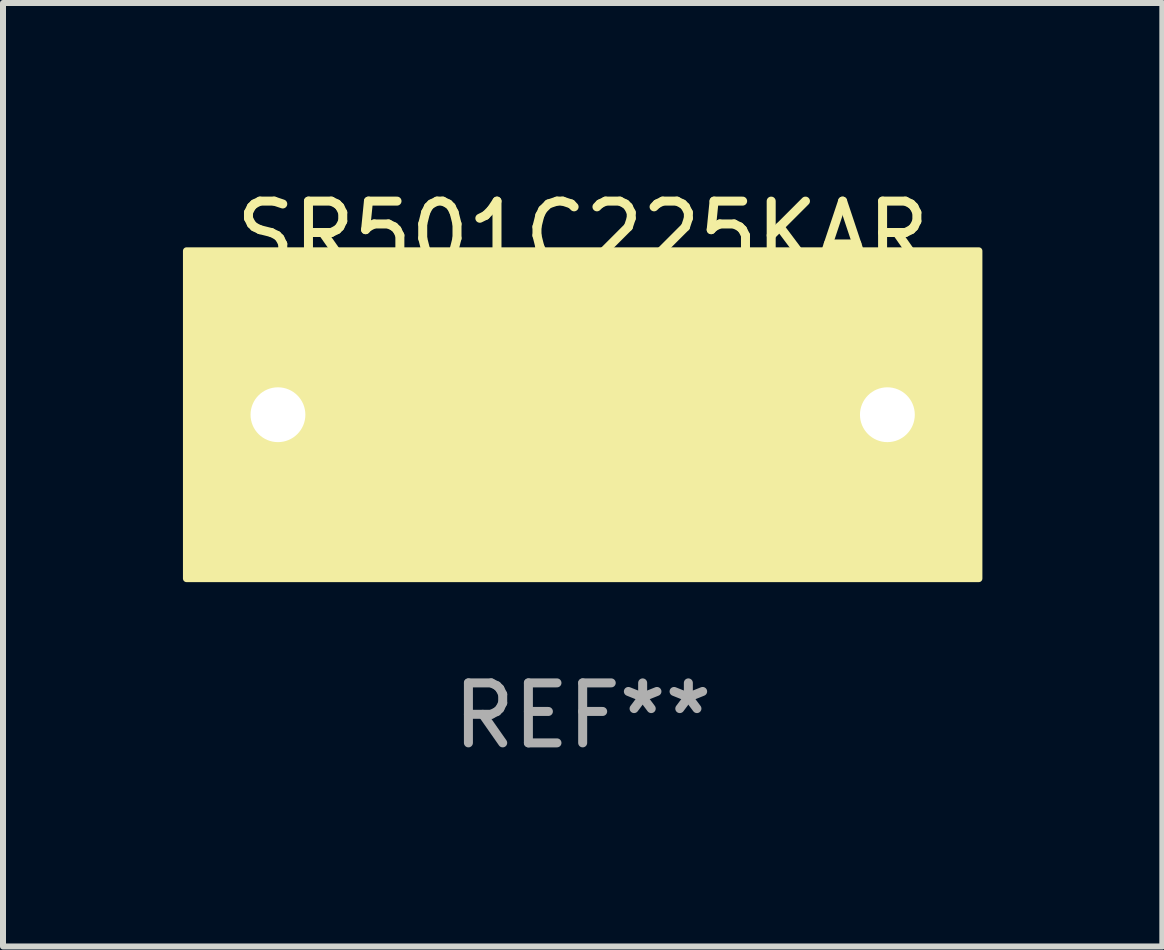
<source format=kicad_pcb>
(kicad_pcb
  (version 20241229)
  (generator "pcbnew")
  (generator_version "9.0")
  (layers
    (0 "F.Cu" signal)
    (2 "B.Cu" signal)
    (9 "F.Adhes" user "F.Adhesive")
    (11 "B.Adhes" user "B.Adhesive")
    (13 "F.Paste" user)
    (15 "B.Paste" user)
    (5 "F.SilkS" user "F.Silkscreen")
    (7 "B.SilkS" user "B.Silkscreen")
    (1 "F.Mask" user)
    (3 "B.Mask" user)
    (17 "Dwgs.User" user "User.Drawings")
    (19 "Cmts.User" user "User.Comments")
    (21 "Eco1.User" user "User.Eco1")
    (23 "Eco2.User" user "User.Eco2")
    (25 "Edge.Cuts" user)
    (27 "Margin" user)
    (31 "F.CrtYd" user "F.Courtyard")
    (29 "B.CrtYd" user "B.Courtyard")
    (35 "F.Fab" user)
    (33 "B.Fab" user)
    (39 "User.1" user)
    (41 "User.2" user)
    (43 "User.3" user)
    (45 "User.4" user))
  (footprint "SR501C225KAR"
    (layer "F.Cu")
    (at 6.664 3.864)
    (property "Reference" "SR501C225KAR" (at 0 -3.016 0) (layer "F.SilkS") (effects (font (size 1 1) (thickness 0.15))))
    (attr through_hole)
    (fp_line (start -0.762 0.000025) (end -2.159 0.000025) (stroke (width 0.254) (type solid)) (layer "F.SilkS"))
    (fp_line (start -0.762 1.016) (end -0.762 -1.016) (stroke (width 0.254) (type solid)) (layer "F.SilkS"))
    (fp_line (start 0.762 -1.016) (end 0.762 1.016) (stroke (width 0.254) (type solid)) (layer "F.SilkS"))
    (fp_line (start 0.762 -0.000025) (end 2.159 -0.000025) (stroke (width 0.254) (type solid)) (layer "F.SilkS"))
    (fp_circle (center -6.35 2.54) (end -6.32 2.54) (stroke (width 0.06) (type solid)) (fill no) (layer "F.SilkS"))
    (fp_poly (pts (xy -6.604 -2.731) (xy 6.604 -2.731) (xy 6.604 2.731) (xy -6.604 2.731)) (stroke (width 0.12) (type solid)) (fill yes) (layer "F.SilkS"))
    (fp_text user "REF**" (at 0 5.016 0) (layer "F.Fab") (effects (font (size 1 1) (thickness 0.15))))
    (pad "1" thru_hole circle (at -5.08 0) (size 1.524 1.524) (drill 0.914) (layers "*.Cu" "*.Mask"))
    (pad "2" thru_hole circle (at 5.08 0) (size 1.524 1.524) (drill 0.914) (layers "*.Cu" "*.Mask")))
  (gr_rect
    (start -3 -3)
    (end 16.328 12.729)
    (stroke (width 0.1) (type default))
    (fill no)
    (layer "Edge.Cuts")))
</source>
